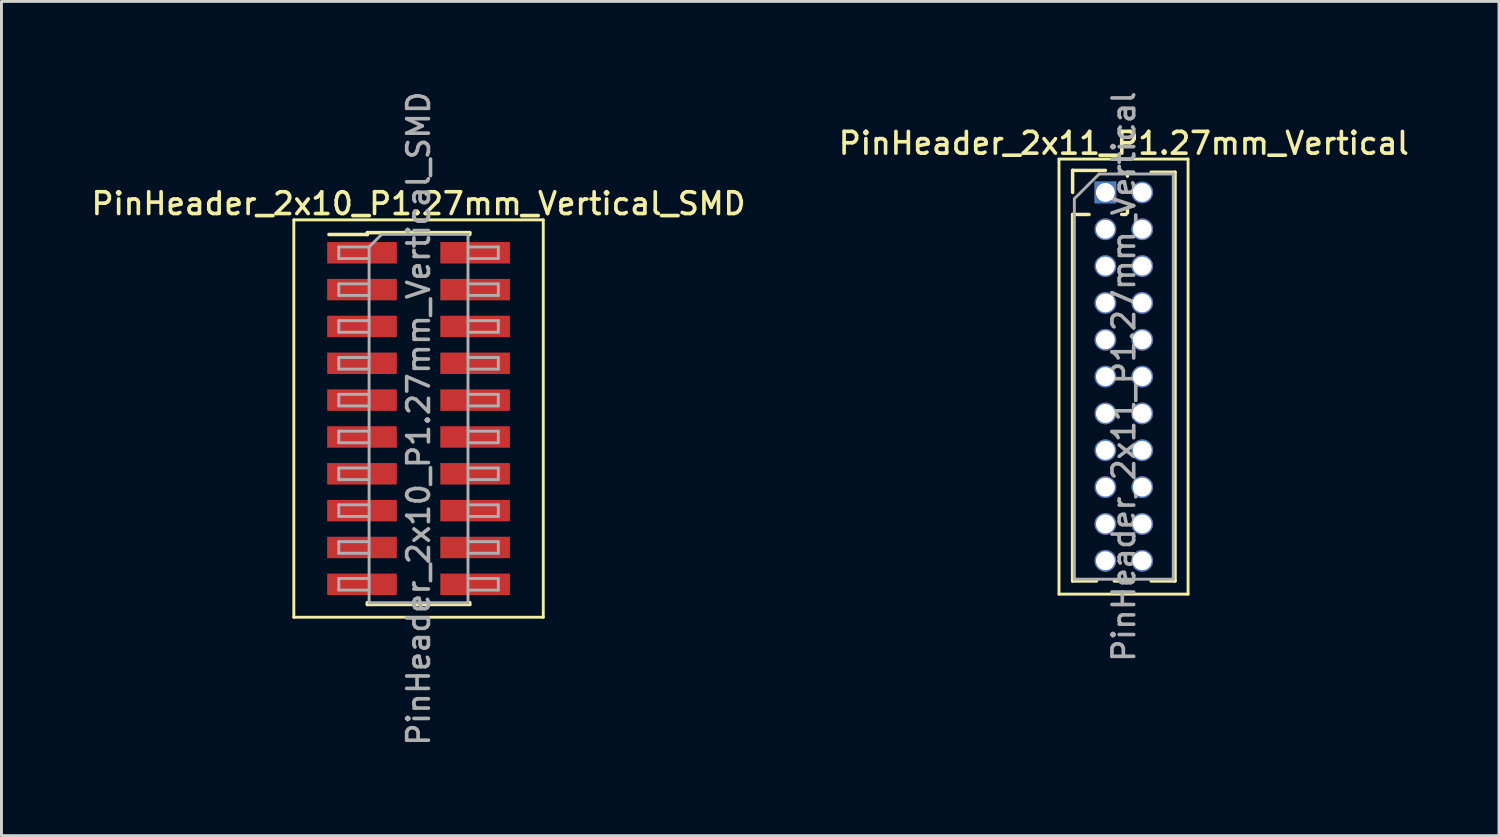
<source format=kicad_pcb>
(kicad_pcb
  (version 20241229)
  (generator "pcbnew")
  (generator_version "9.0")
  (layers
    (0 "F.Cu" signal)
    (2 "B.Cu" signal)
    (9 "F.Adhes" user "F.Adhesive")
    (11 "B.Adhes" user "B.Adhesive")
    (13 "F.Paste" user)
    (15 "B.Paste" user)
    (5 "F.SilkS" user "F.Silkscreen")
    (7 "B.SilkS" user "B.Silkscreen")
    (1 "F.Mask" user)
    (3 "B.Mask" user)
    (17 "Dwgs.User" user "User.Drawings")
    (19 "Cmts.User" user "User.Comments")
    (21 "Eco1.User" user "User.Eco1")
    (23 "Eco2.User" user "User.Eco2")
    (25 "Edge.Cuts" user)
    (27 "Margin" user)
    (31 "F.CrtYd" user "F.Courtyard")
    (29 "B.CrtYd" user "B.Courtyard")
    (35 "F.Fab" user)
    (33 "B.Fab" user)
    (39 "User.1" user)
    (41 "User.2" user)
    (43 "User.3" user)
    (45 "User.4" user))
  (footprint "PinHeader_2x10_P1.27mm_Vertical_SMD"
    (layer "F.Cu")
    (at 11.38 11.38)
    (property "Reference" "PinHeader_2x10_P1.27mm_Vertical_SMD" (at 0 -7.41 0) (layer "F.SilkS") (effects (font (size 0.75 0.75) (thickness 0.125))))
    (attr smd)
    (fp_line (start -4.3 -6.85) (end -4.3 6.85) (stroke (width 0.1) (type solid)) (layer "F.SilkS"))
    (fp_line (start -4.3 6.85) (end 4.3 6.85) (stroke (width 0.1) (type solid)) (layer "F.SilkS"))
    (fp_line (start -3.09 -6.345) (end -1.765 -6.345) (stroke (width 0.12) (type solid)) (layer "F.SilkS"))
    (fp_line (start -1.765 -6.41) (end -1.765 -6.345) (stroke (width 0.12) (type solid)) (layer "F.SilkS"))
    (fp_line (start -1.765 -6.41) (end 1.765 -6.41) (stroke (width 0.12) (type solid)) (layer "F.SilkS"))
    (fp_line (start -1.765 6.345) (end -1.765 6.41) (stroke (width 0.12) (type solid)) (layer "F.SilkS"))
    (fp_line (start -1.765 6.41) (end 1.765 6.41) (stroke (width 0.12) (type solid)) (layer "F.SilkS"))
    (fp_line (start 1.765 -6.41) (end 1.765 -6.345) (stroke (width 0.12) (type solid)) (layer "F.SilkS"))
    (fp_line (start 1.765 6.345) (end 1.765 6.41) (stroke (width 0.12) (type solid)) (layer "F.SilkS"))
    (fp_line (start 4.3 -6.85) (end -4.3 -6.85) (stroke (width 0.1) (type solid)) (layer "F.SilkS"))
    (fp_line (start 4.3 6.85) (end 4.3 -6.85) (stroke (width 0.1) (type solid)) (layer "F.SilkS"))
    (fp_line (start -2.75 -5.915) (end -2.75 -5.515) (stroke (width 0.1) (type solid)) (layer "F.Fab"))
    (fp_line (start -2.75 -5.515) (end -1.705 -5.515) (stroke (width 0.1) (type solid)) (layer "F.Fab"))
    (fp_line (start -2.75 -4.645) (end -2.75 -4.245) (stroke (width 0.1) (type solid)) (layer "F.Fab"))
    (fp_line (start -2.75 -4.245) (end -1.705 -4.245) (stroke (width 0.1) (type solid)) (layer "F.Fab"))
    (fp_line (start -2.75 -3.375) (end -2.75 -2.975) (stroke (width 0.1) (type solid)) (layer "F.Fab"))
    (fp_line (start -2.75 -2.975) (end -1.705 -2.975) (stroke (width 0.1) (type solid)) (layer "F.Fab"))
    (fp_line (start -2.75 -2.105) (end -2.75 -1.705) (stroke (width 0.1) (type solid)) (layer "F.Fab"))
    (fp_line (start -2.75 -1.705) (end -1.705 -1.705) (stroke (width 0.1) (type solid)) (layer "F.Fab"))
    (fp_line (start -2.75 -0.835) (end -2.75 -0.435) (stroke (width 0.1) (type solid)) (layer "F.Fab"))
    (fp_line (start -2.75 -0.435) (end -1.705 -0.435) (stroke (width 0.1) (type solid)) (layer "F.Fab"))
    (fp_line (start -2.75 0.435) (end -2.75 0.835) (stroke (width 0.1) (type solid)) (layer "F.Fab"))
    (fp_line (start -2.75 0.835) (end -1.705 0.835) (stroke (width 0.1) (type solid)) (layer "F.Fab"))
    (fp_line (start -2.75 1.705) (end -2.75 2.105) (stroke (width 0.1) (type solid)) (layer "F.Fab"))
    (fp_line (start -2.75 2.105) (end -1.705 2.105) (stroke (width 0.1) (type solid)) (layer "F.Fab"))
    (fp_line (start -2.75 2.975) (end -2.75 3.375) (stroke (width 0.1) (type solid)) (layer "F.Fab"))
    (fp_line (start -2.75 3.375) (end -1.705 3.375) (stroke (width 0.1) (type solid)) (layer "F.Fab"))
    (fp_line (start -2.75 4.245) (end -2.75 4.645) (stroke (width 0.1) (type solid)) (layer "F.Fab"))
    (fp_line (start -2.75 4.645) (end -1.705 4.645) (stroke (width 0.1) (type solid)) (layer "F.Fab"))
    (fp_line (start -2.75 5.515) (end -2.75 5.915) (stroke (width 0.1) (type solid)) (layer "F.Fab"))
    (fp_line (start -2.75 5.915) (end -1.705 5.915) (stroke (width 0.1) (type solid)) (layer "F.Fab"))
    (fp_line (start -1.705 -5.915) (end -2.75 -5.915) (stroke (width 0.1) (type solid)) (layer "F.Fab"))
    (fp_line (start -1.705 -5.915) (end -1.27 -6.35) (stroke (width 0.1) (type solid)) (layer "F.Fab"))
    (fp_line (start -1.705 -4.645) (end -2.75 -4.645) (stroke (width 0.1) (type solid)) (layer "F.Fab"))
    (fp_line (start -1.705 -3.375) (end -2.75 -3.375) (stroke (width 0.1) (type solid)) (layer "F.Fab"))
    (fp_line (start -1.705 -2.105) (end -2.75 -2.105) (stroke (width 0.1) (type solid)) (layer "F.Fab"))
    (fp_line (start -1.705 -0.835) (end -2.75 -0.835) (stroke (width 0.1) (type solid)) (layer "F.Fab"))
    (fp_line (start -1.705 0.435) (end -2.75 0.435) (stroke (width 0.1) (type solid)) (layer "F.Fab"))
    (fp_line (start -1.705 1.705) (end -2.75 1.705) (stroke (width 0.1) (type solid)) (layer "F.Fab"))
    (fp_line (start -1.705 2.975) (end -2.75 2.975) (stroke (width 0.1) (type solid)) (layer "F.Fab"))
    (fp_line (start -1.705 4.245) (end -2.75 4.245) (stroke (width 0.1) (type solid)) (layer "F.Fab"))
    (fp_line (start -1.705 5.515) (end -2.75 5.515) (stroke (width 0.1) (type solid)) (layer "F.Fab"))
    (fp_line (start -1.705 6.35) (end -1.705 -5.915) (stroke (width 0.1) (type solid)) (layer "F.Fab"))
    (fp_line (start -1.27 -6.35) (end 1.705 -6.35) (stroke (width 0.1) (type solid)) (layer "F.Fab"))
    (fp_line (start 1.705 -6.35) (end 1.705 6.35) (stroke (width 0.1) (type solid)) (layer "F.Fab"))
    (fp_line (start 1.705 -5.915) (end 2.75 -5.915) (stroke (width 0.1) (type solid)) (layer "F.Fab"))
    (fp_line (start 1.705 -4.645) (end 2.75 -4.645) (stroke (width 0.1) (type solid)) (layer "F.Fab"))
    (fp_line (start 1.705 -3.375) (end 2.75 -3.375) (stroke (width 0.1) (type solid)) (layer "F.Fab"))
    (fp_line (start 1.705 -2.105) (end 2.75 -2.105) (stroke (width 0.1) (type solid)) (layer "F.Fab"))
    (fp_line (start 1.705 -0.835) (end 2.75 -0.835) (stroke (width 0.1) (type solid)) (layer "F.Fab"))
    (fp_line (start 1.705 0.435) (end 2.75 0.435) (stroke (width 0.1) (type solid)) (layer "F.Fab"))
    (fp_line (start 1.705 1.705) (end 2.75 1.705) (stroke (width 0.1) (type solid)) (layer "F.Fab"))
    (fp_line (start 1.705 2.975) (end 2.75 2.975) (stroke (width 0.1) (type solid)) (layer "F.Fab"))
    (fp_line (start 1.705 4.245) (end 2.75 4.245) (stroke (width 0.1) (type solid)) (layer "F.Fab"))
    (fp_line (start 1.705 5.515) (end 2.75 5.515) (stroke (width 0.1) (type solid)) (layer "F.Fab"))
    (fp_line (start 1.705 6.35) (end -1.705 6.35) (stroke (width 0.1) (type solid)) (layer "F.Fab"))
    (fp_line (start 2.75 -5.915) (end 2.75 -5.515) (stroke (width 0.1) (type solid)) (layer "F.Fab"))
    (fp_line (start 2.75 -5.515) (end 1.705 -5.515) (stroke (width 0.1) (type solid)) (layer "F.Fab"))
    (fp_line (start 2.75 -4.645) (end 2.75 -4.245) (stroke (width 0.1) (type solid)) (layer "F.Fab"))
    (fp_line (start 2.75 -4.245) (end 1.705 -4.245) (stroke (width 0.1) (type solid)) (layer "F.Fab"))
    (fp_line (start 2.75 -3.375) (end 2.75 -2.975) (stroke (width 0.1) (type solid)) (layer "F.Fab"))
    (fp_line (start 2.75 -2.975) (end 1.705 -2.975) (stroke (width 0.1) (type solid)) (layer "F.Fab"))
    (fp_line (start 2.75 -2.105) (end 2.75 -1.705) (stroke (width 0.1) (type solid)) (layer "F.Fab"))
    (fp_line (start 2.75 -1.705) (end 1.705 -1.705) (stroke (width 0.1) (type solid)) (layer "F.Fab"))
    (fp_line (start 2.75 -0.835) (end 2.75 -0.435) (stroke (width 0.1) (type solid)) (layer "F.Fab"))
    (fp_line (start 2.75 -0.435) (end 1.705 -0.435) (stroke (width 0.1) (type solid)) (layer "F.Fab"))
    (fp_line (start 2.75 0.435) (end 2.75 0.835) (stroke (width 0.1) (type solid)) (layer "F.Fab"))
    (fp_line (start 2.75 0.835) (end 1.705 0.835) (stroke (width 0.1) (type solid)) (layer "F.Fab"))
    (fp_line (start 2.75 1.705) (end 2.75 2.105) (stroke (width 0.1) (type solid)) (layer "F.Fab"))
    (fp_line (start 2.75 2.105) (end 1.705 2.105) (stroke (width 0.1) (type solid)) (layer "F.Fab"))
    (fp_line (start 2.75 2.975) (end 2.75 3.375) (stroke (width 0.1) (type solid)) (layer "F.Fab"))
    (fp_line (start 2.75 3.375) (end 1.705 3.375) (stroke (width 0.1) (type solid)) (layer "F.Fab"))
    (fp_line (start 2.75 4.245) (end 2.75 4.645) (stroke (width 0.1) (type solid)) (layer "F.Fab"))
    (fp_line (start 2.75 4.645) (end 1.705 4.645) (stroke (width 0.1) (type solid)) (layer "F.Fab"))
    (fp_line (start 2.75 5.515) (end 2.75 5.915) (stroke (width 0.1) (type solid)) (layer "F.Fab"))
    (fp_line (start 2.75 5.915) (end 1.705 5.915) (stroke (width 0.1) (type solid)) (layer "F.Fab"))
    (fp_text user "${REFERENCE}" (at 0 0 90) (layer "F.Fab") (effects (font (size 0.75 0.75) (thickness 0.125))))
    (pad "1" smd rect (at -1.95 -5.715) (size 2.4 0.74) (layers "F.Cu" "F.Mask" "F.Paste"))
    (pad "2" smd rect (at 1.95 -5.715) (size 2.4 0.74) (layers "F.Cu" "F.Mask" "F.Paste"))
    (pad "3" smd rect (at -1.95 -4.445) (size 2.4 0.74) (layers "F.Cu" "F.Mask" "F.Paste"))
    (pad "4" smd rect (at 1.95 -4.445) (size 2.4 0.74) (layers "F.Cu" "F.Mask" "F.Paste"))
    (pad "5" smd rect (at -1.95 -3.175) (size 2.4 0.74) (layers "F.Cu" "F.Mask" "F.Paste"))
    (pad "6" smd rect (at 1.95 -3.175) (size 2.4 0.74) (layers "F.Cu" "F.Mask" "F.Paste"))
    (pad "7" smd rect (at -1.95 -1.905) (size 2.4 0.74) (layers "F.Cu" "F.Mask" "F.Paste"))
    (pad "8" smd rect (at 1.95 -1.905) (size 2.4 0.74) (layers "F.Cu" "F.Mask" "F.Paste"))
    (pad "9" smd rect (at -1.95 -0.635) (size 2.4 0.74) (layers "F.Cu" "F.Mask" "F.Paste"))
    (pad "10" smd rect (at 1.95 -0.635) (size 2.4 0.74) (layers "F.Cu" "F.Mask" "F.Paste"))
    (pad "11" smd rect (at -1.95 0.635) (size 2.4 0.74) (layers "F.Cu" "F.Mask" "F.Paste"))
    (pad "12" smd rect (at 1.95 0.635) (size 2.4 0.74) (layers "F.Cu" "F.Mask" "F.Paste"))
    (pad "13" smd rect (at -1.95 1.905) (size 2.4 0.74) (layers "F.Cu" "F.Mask" "F.Paste"))
    (pad "14" smd rect (at 1.95 1.905) (size 2.4 0.74) (layers "F.Cu" "F.Mask" "F.Paste"))
    (pad "15" smd rect (at -1.95 3.175) (size 2.4 0.74) (layers "F.Cu" "F.Mask" "F.Paste"))
    (pad "16" smd rect (at 1.95 3.175) (size 2.4 0.74) (layers "F.Cu" "F.Mask" "F.Paste"))
    (pad "17" smd rect (at -1.95 4.445) (size 2.4 0.74) (layers "F.Cu" "F.Mask" "F.Paste"))
    (pad "18" smd rect (at 1.95 4.445) (size 2.4 0.74) (layers "F.Cu" "F.Mask" "F.Paste"))
    (pad "19" smd rect (at -1.95 5.715) (size 2.4 0.74) (layers "F.Cu" "F.Mask" "F.Paste"))
    (pad "20" smd rect (at 1.95 5.715) (size 2.4 0.74) (layers "F.Cu" "F.Mask" "F.Paste")))
  (footprint "PinHeader_2x11_P1.27mm_Vertical"
    (layer "F.Cu")
    (at 35.06 3.584)
    (property "Reference" "PinHeader_2x11_P1.27mm_Vertical" (at 0.635 -1.695 0) (layer "F.SilkS") (effects (font (size 0.75 0.75) (thickness 0.125))))
    (attr through_hole)
    (fp_line (start -1.6 -1.15) (end -1.6 13.85) (stroke (width 0.1) (type solid)) (layer "F.SilkS"))
    (fp_line (start -1.6 13.85) (end 2.85 13.85) (stroke (width 0.1) (type solid)) (layer "F.SilkS"))
    (fp_line (start -1.13 -0.76) (end 0 -0.76) (stroke (width 0.12) (type solid)) (layer "F.SilkS"))
    (fp_line (start -1.13 0) (end -1.13 -0.76) (stroke (width 0.12) (type solid)) (layer "F.SilkS"))
    (fp_line (start -1.13 0.76) (end -1.13 13.395) (stroke (width 0.12) (type solid)) (layer "F.SilkS"))
    (fp_line (start -1.13 0.76) (end -0.563 0.76) (stroke (width 0.12) (type solid)) (layer "F.SilkS"))
    (fp_line (start -1.13 13.395) (end -0.308 13.395) (stroke (width 0.12) (type solid)) (layer "F.SilkS"))
    (fp_line (start 0.308 13.395) (end 0.962 13.395) (stroke (width 0.12) (type solid)) (layer "F.SilkS"))
    (fp_line (start 0.563 0.76) (end 0.707 0.76) (stroke (width 0.12) (type solid)) (layer "F.SilkS"))
    (fp_line (start 0.76 -0.695) (end 0.962 -0.695) (stroke (width 0.12) (type solid)) (layer "F.SilkS"))
    (fp_line (start 0.76 -0.563) (end 0.76 -0.695) (stroke (width 0.12) (type solid)) (layer "F.SilkS"))
    (fp_line (start 0.76 0.707) (end 0.76 0.563) (stroke (width 0.12) (type solid)) (layer "F.SilkS"))
    (fp_line (start 1.578 -0.695) (end 2.4 -0.695) (stroke (width 0.12) (type solid)) (layer "F.SilkS"))
    (fp_line (start 1.578 13.395) (end 2.4 13.395) (stroke (width 0.12) (type solid)) (layer "F.SilkS"))
    (fp_line (start 2.4 -0.695) (end 2.4 13.395) (stroke (width 0.12) (type solid)) (layer "F.SilkS"))
    (fp_line (start 2.85 -1.15) (end -1.6 -1.15) (stroke (width 0.1) (type solid)) (layer "F.SilkS"))
    (fp_line (start 2.85 13.85) (end 2.85 -1.15) (stroke (width 0.1) (type solid)) (layer "F.SilkS"))
    (fp_line (start -1.07 0.217) (end -0.217 -0.635) (stroke (width 0.1) (type solid)) (layer "F.Fab"))
    (fp_line (start -1.07 13.335) (end -1.07 0.217) (stroke (width 0.1) (type solid)) (layer "F.Fab"))
    (fp_line (start -0.217 -0.635) (end 2.34 -0.635) (stroke (width 0.1) (type solid)) (layer "F.Fab"))
    (fp_line (start 2.34 -0.635) (end 2.34 13.335) (stroke (width 0.1) (type solid)) (layer "F.Fab"))
    (fp_line (start 2.34 13.335) (end -1.07 13.335) (stroke (width 0.1) (type solid)) (layer "F.Fab"))
    (fp_text user "${REFERENCE}" (at 0.635 6.35 90) (layer "F.Fab") (effects (font (size 0.75 0.75) (thickness 0.125))))
    (pad "1" thru_hole rect (at 0 0) (size 0.75 0.75) (drill 0.65) (layers "*.Cu" "*.Mask"))
    (pad "2" thru_hole oval (at 1.27 0) (size 0.75 0.75) (drill 0.65) (layers "*.Cu" "*.Mask"))
    (pad "3" thru_hole oval (at 0 1.27) (size 0.75 0.75) (drill 0.65) (layers "*.Cu" "*.Mask"))
    (pad "4" thru_hole oval (at 1.27 1.27) (size 0.75 0.75) (drill 0.65) (layers "*.Cu" "*.Mask"))
    (pad "5" thru_hole oval (at 0 2.54) (size 0.75 0.75) (drill 0.65) (layers "*.Cu" "*.Mask"))
    (pad "6" thru_hole oval (at 1.27 2.54) (size 0.75 0.75) (drill 0.65) (layers "*.Cu" "*.Mask"))
    (pad "7" thru_hole oval (at 0 3.81) (size 0.75 0.75) (drill 0.65) (layers "*.Cu" "*.Mask"))
    (pad "8" thru_hole oval (at 1.27 3.81) (size 0.75 0.75) (drill 0.65) (layers "*.Cu" "*.Mask"))
    (pad "9" thru_hole oval (at 0 5.08) (size 0.75 0.75) (drill 0.65) (layers "*.Cu" "*.Mask"))
    (pad "10" thru_hole oval (at 1.27 5.08) (size 0.75 0.75) (drill 0.65) (layers "*.Cu" "*.Mask"))
    (pad "11" thru_hole oval (at 0 6.35) (size 0.75 0.75) (drill 0.65) (layers "*.Cu" "*.Mask"))
    (pad "12" thru_hole oval (at 1.27 6.35) (size 0.75 0.75) (drill 0.65) (layers "*.Cu" "*.Mask"))
    (pad "13" thru_hole oval (at 0 7.62) (size 0.75 0.75) (drill 0.65) (layers "*.Cu" "*.Mask"))
    (pad "14" thru_hole oval (at 1.27 7.62) (size 0.75 0.75) (drill 0.65) (layers "*.Cu" "*.Mask"))
    (pad "15" thru_hole oval (at 0 8.89) (size 0.75 0.75) (drill 0.65) (layers "*.Cu" "*.Mask"))
    (pad "16" thru_hole oval (at 1.27 8.89) (size 0.75 0.75) (drill 0.65) (layers "*.Cu" "*.Mask"))
    (pad "17" thru_hole oval (at 0 10.16) (size 0.75 0.75) (drill 0.65) (layers "*.Cu" "*.Mask"))
    (pad "18" thru_hole oval (at 1.27 10.16) (size 0.75 0.75) (drill 0.65) (layers "*.Cu" "*.Mask"))
    (pad "19" thru_hole oval (at 0 11.43) (size 0.75 0.75) (drill 0.65) (layers "*.Cu" "*.Mask"))
    (pad "20" thru_hole oval (at 1.27 11.43) (size 0.75 0.75) (drill 0.65) (layers "*.Cu" "*.Mask"))
    (pad "21" thru_hole oval (at 0 12.7) (size 0.75 0.75) (drill 0.65) (layers "*.Cu" "*.Mask"))
    (pad "22" thru_hole oval (at 1.27 12.7) (size 0.75 0.75) (drill 0.65) (layers "*.Cu" "*.Mask")))
  (gr_rect
    (start -3 -3)
    (end 48.629 25.761)
    (stroke (width 0.1) (type default))
    (fill no)
    (layer "Edge.Cuts")))
</source>
